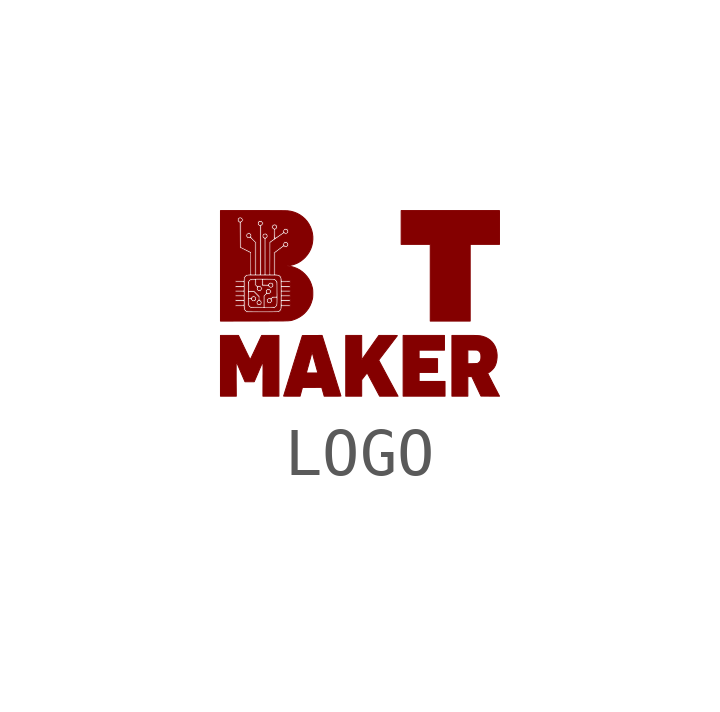
<source format=kicad_sym>
(kicad_symbol_lib
  (version 20210619)
  (generator bitmap2component)
  (symbol "LOGO"
    (pin_names
      (offset 1.016))
    (property "Reference" "#G"
      (at 0 1.884 0)
      (effects (font (size 1.27 1.27)) hide))
    (symbol "LOGO_0_0"
      (polyline (pts (xy -2.586 -1.575) (xy -2.586 -1.527) (xy -2.586 -1.475) (xy -2.586 -1.427) (xy -2.586 -1.382) (xy -2.586 -1.305) (xy -2.586 -1.274) (xy -2.586 -1.248) (xy -2.586 -1.23) (xy -2.585 -1.218) (xy -2.585 -1.214) (xy -2.584 -1.216) (xy -2.58 -1.224) (xy -2.573 -1.239) (xy -2.564 -1.26) (xy -2.552 -1.285) (xy -2.539 -1.315) (xy -2.524 -1.349) (xy -2.509 -1.385) (xy -2.492 -1.425) (xy -2.402 -1.635) (xy -2.209 -1.635) (xy -2.119 -1.425) (xy -2.108 -1.398) (xy -2.092 -1.36) (xy -2.077 -1.326) (xy -2.063 -1.294) (xy -2.051 -1.267) (xy -2.041 -1.245) (xy -2.034 -1.228) (xy -2.029 -1.218) (xy -2.027 -1.214) (xy -2.026 -1.218) (xy -2.026 -1.228) (xy -2.026 -1.246) (xy -2.026 -1.271) (xy -2.026 -1.301) (xy -2.025 -1.337) (xy -2.025 -1.377) (xy -2.025 -1.422) (xy -2.025 -1.47) (xy -2.026 -1.522) (xy -2.026 -1.575) (xy -2.027 -1.936) (xy -1.694 -1.936) (xy -1.694 -0.669) (xy -2.054 -0.669) (xy -2.172 -0.921) (xy -2.183 -0.946) (xy -2.203 -0.987) (xy -2.221 -1.026) (xy -2.238 -1.061) (xy -2.253 -1.093) (xy -2.266 -1.12) (xy -2.277 -1.143) (xy -2.285 -1.159) (xy -2.291 -1.17) (xy -2.293 -1.173) (xy -2.294 -1.172) (xy -2.298 -1.164) (xy -2.305 -1.15) (xy -2.315 -1.13) (xy -2.328 -1.105) (xy -2.342 -1.075) (xy -2.359 -1.041) (xy -2.377 -1.004) (xy -2.396 -0.964) (xy -2.417 -0.921) (xy -2.537 -0.669) (xy -2.725 -0.669) (xy -2.913 -0.669) (xy -2.913 -1.936) (xy -2.583 -1.936) (xy -2.586 -1.575)) (stroke (width 0.01)) (fill (type outline)))
      (polyline (pts (xy -1.228 -1.845) (xy -1.203 -1.754) (xy -1.002 -1.753) (xy -0.8 -1.752) (xy -0.795 -1.771) (xy -0.792 -1.779) (xy -0.788 -1.795) (xy -0.782 -1.815) (xy -0.776 -1.839) (xy -0.769 -1.863) (xy -0.749 -1.936) (xy -0.544 -1.936) (xy -0.505 -1.936) (xy -0.473 -1.936) (xy -0.448 -1.935) (xy -0.429 -1.935) (xy -0.415 -1.934) (xy -0.406 -1.933) (xy -0.401 -1.932) (xy -0.4 -1.931) (xy -0.4 -1.93) (xy -0.403 -1.922) (xy -0.408 -1.907) (xy -0.414 -1.885) (xy -0.423 -1.856) (xy -0.434 -1.822) (xy -0.446 -1.782) (xy -0.46 -1.737) (xy -0.476 -1.688) (xy -0.492 -1.634) (xy -0.51 -1.577) (xy -0.529 -1.516) (xy -0.549 -1.452) (xy -0.57 -1.385) (xy -0.591 -1.317) (xy -0.6 -1.287) (xy -0.621 -1.219) (xy -0.642 -1.153) (xy -0.661 -1.089) (xy -0.68 -1.029) (xy -0.698 -0.972) (xy -0.714 -0.919) (xy -0.729 -0.871) (xy -0.743 -0.827) (xy -0.755 -0.788) (xy -0.765 -0.755) (xy -0.774 -0.728) (xy -0.78 -0.708) (xy -0.784 -0.694) (xy -0.786 -0.688) (xy -0.792 -0.669) (xy -0.998 -0.67) (xy -1.204 -0.671) (xy -1.4 -1.3) (xy -1.415 -1.351) (xy -1.437 -1.419) (xy -1.447 -1.452) (xy -1.121 -1.452) (xy -1.119 -1.443) (xy -1.119 -1.441) (xy -1.116 -1.432) (xy -1.112 -1.417) (xy -1.106 -1.395) (xy -1.099 -1.369) (xy -1.091 -1.339) (xy -1.081 -1.305) (xy -1.071 -1.27) (xy -1.069 -1.26) (xy -1.059 -1.223) (xy -1.049 -1.187) (xy -1.039 -1.153) (xy -1.031 -1.122) (xy -1.024 -1.096) (xy -1.019 -1.075) (xy -1.015 -1.061) (xy -1.011 -1.046) (xy -1.007 -1.031) (xy -1.003 -1.021) (xy -1.002 -1.017) (xy -1.001 -1.018) (xy -0.999 -1.024) (xy -0.995 -1.036) (xy -0.99 -1.054) (xy -0.984 -1.076) (xy -0.977 -1.101) (xy -0.97 -1.127) (xy -0.962 -1.16) (xy -0.952 -1.196) (xy -0.941 -1.234) (xy -0.931 -1.272) (xy -0.921 -1.308) (xy -0.917 -1.322) (xy -0.909 -1.352) (xy -0.901 -1.379) (xy -0.894 -1.403) (xy -0.889 -1.422) (xy -0.885 -1.435) (xy -0.884 -1.442) (xy -0.881 -1.452) (xy -1.121 -1.452) (xy -1.447 -1.452) (xy -1.457 -1.485) (xy -1.476 -1.548) (xy -1.495 -1.607) (xy -1.512 -1.663) (xy -1.528 -1.715) (xy -1.543 -1.763) (xy -1.556 -1.805) (xy -1.568 -1.842) (xy -1.577 -1.873) (xy -1.585 -1.899) (xy -1.591 -1.917) (xy -1.594 -1.929) (xy -1.596 -1.933) (xy -1.595 -1.933) (xy -1.587 -1.934) (xy -1.572 -1.935) (xy -1.551 -1.935) (xy -1.525 -1.936) (xy -1.495 -1.936) (xy -1.461 -1.936) (xy -1.424 -1.936) (xy -1.252 -1.936) (xy -1.228 -1.845)) (stroke (width 0.01)) (fill (type outline)))
      (polyline (pts (xy 0.033 -1.595) (xy 0.089 -1.522) (xy 0.098 -1.51) (xy 0.113 -1.491) (xy 0.127 -1.474) (xy 0.138 -1.461) (xy 0.145 -1.454) (xy 0.148 -1.451) (xy 0.149 -1.452) (xy 0.153 -1.459) (xy 0.16 -1.473) (xy 0.171 -1.492) (xy 0.184 -1.517) (xy 0.199 -1.546) (xy 0.217 -1.579) (xy 0.236 -1.615) (xy 0.257 -1.654) (xy 0.279 -1.695) (xy 0.407 -1.936) (xy 0.792 -1.936) (xy 0.778 -1.911) (xy 0.777 -1.909) (xy 0.772 -1.899) (xy 0.763 -1.883) (xy 0.751 -1.861) (xy 0.737 -1.834) (xy 0.719 -1.801) (xy 0.7 -1.765) (xy 0.678 -1.724) (xy 0.654 -1.68) (xy 0.629 -1.634) (xy 0.603 -1.585) (xy 0.576 -1.535) (xy 0.389 -1.185) (xy 0.398 -1.172) (xy 0.402 -1.167) (xy 0.41 -1.156) (xy 0.422 -1.14) (xy 0.438 -1.119) (xy 0.458 -1.093) (xy 0.48 -1.064) (xy 0.505 -1.031) (xy 0.532 -0.996) (xy 0.561 -0.958) (xy 0.591 -0.919) (xy 0.619 -0.882) (xy 0.647 -0.845) (xy 0.674 -0.81) (xy 0.698 -0.777) (xy 0.72 -0.749) (xy 0.739 -0.724) (xy 0.755 -0.703) (xy 0.766 -0.688) (xy 0.774 -0.678) (xy 0.777 -0.674) (xy 0.777 -0.674) (xy 0.775 -0.672) (xy 0.77 -0.671) (xy 0.761 -0.671) (xy 0.747 -0.67) (xy 0.728 -0.669) (xy 0.703 -0.669) (xy 0.671 -0.669) (xy 0.632 -0.669) (xy 0.391 -0.669) (xy 0.229 -0.899) (xy 0.214 -0.921) (xy 0.187 -0.959) (xy 0.161 -0.996) (xy 0.137 -1.031) (xy 0.115 -1.062) (xy 0.096 -1.09) (xy 0.079 -1.113) (xy 0.067 -1.132) (xy 0.058 -1.145) (xy 0.053 -1.152) (xy 0.046 -1.162) (xy 0.04 -1.17) (xy 0.036 -1.173) (xy 0.036 -1.173) (xy 0.035 -1.168) (xy 0.035 -1.156) (xy 0.034 -1.137) (xy 0.034 -1.112) (xy 0.034 -1.082) (xy 0.033 -1.047) (xy 0.033 -1.008) (xy 0.033 -0.966) (xy 0.033 -0.669) (xy -0.299 -0.669) (xy -0.299 -1.936) (xy 0.033 -1.936) (xy 0.033 -1.595)) (stroke (width 0.01)) (fill (type outline)))
      (polyline (pts (xy 1.772 -1.629) (xy 1.231 -1.629) (xy 1.231 -1.44) (xy 1.616 -1.44) (xy 1.616 -1.153) (xy 1.231 -1.153) (xy 1.231 -0.976) (xy 1.76 -0.976) (xy 1.76 -0.669) (xy 0.898 -0.669) (xy 0.898 -1.936) (xy 1.772 -1.936) (xy 1.772 -1.629)) (stroke (width 0.01)) (fill (type outline)))
      (polyline (pts (xy 2.887 -1.894) (xy 2.882 -1.885) (xy 2.87 -1.862) (xy 2.856 -1.835) (xy 2.84 -1.805) (xy 2.823 -1.772) (xy 2.805 -1.738) (xy 2.787 -1.702) (xy 2.768 -1.667) (xy 2.75 -1.631) (xy 2.733 -1.597) (xy 2.716 -1.565) (xy 2.701 -1.536) (xy 2.688 -1.51) (xy 2.678 -1.489) (xy 2.669 -1.473) (xy 2.664 -1.462) (xy 2.662 -1.458) (xy 2.663 -1.457) (xy 2.668 -1.453) (xy 2.678 -1.446) (xy 2.692 -1.438) (xy 2.708 -1.428) (xy 2.734 -1.407) (xy 2.76 -1.382) (xy 2.784 -1.356) (xy 2.803 -1.329) (xy 2.807 -1.322) (xy 2.827 -1.281) (xy 2.842 -1.234) (xy 2.852 -1.184) (xy 2.858 -1.131) (xy 2.859 -1.078) (xy 2.854 -1.025) (xy 2.844 -0.974) (xy 2.836 -0.948) (xy 2.815 -0.895) (xy 2.787 -0.847) (xy 2.753 -0.804) (xy 2.713 -0.766) (xy 2.668 -0.734) (xy 2.618 -0.708) (xy 2.564 -0.69) (xy 2.552 -0.686) (xy 2.538 -0.683) (xy 2.524 -0.68) (xy 2.51 -0.677) (xy 2.494 -0.675) (xy 2.476 -0.673) (xy 2.456 -0.672) (xy 2.433 -0.671) (xy 2.405 -0.67) (xy 2.373 -0.669) (xy 2.336 -0.669) (xy 2.292 -0.669) (xy 2.241 -0.669) (xy 1.916 -0.669) (xy 1.916 -1.26) (xy 2.248 -1.26) (xy 2.248 -0.972) (xy 2.443 -0.974) (xy 2.464 -0.986) (xy 2.483 -1) (xy 2.499 -1.018) (xy 2.513 -1.044) (xy 2.517 -1.055) (xy 2.519 -1.074) (xy 2.521 -1.097) (xy 2.521 -1.122) (xy 2.52 -1.147) (xy 2.517 -1.168) (xy 2.513 -1.185) (xy 2.513 -1.187) (xy 2.502 -1.207) (xy 2.487 -1.226) (xy 2.469 -1.241) (xy 2.451 -1.251) (xy 2.443 -1.253) (xy 2.428 -1.255) (xy 2.406 -1.256) (xy 2.378 -1.257) (xy 2.341 -1.258) (xy 2.248 -1.26) (xy 1.916 -1.26) (xy 1.916 -1.936) (xy 2.248 -1.936) (xy 2.248 -1.526) (xy 2.289 -1.527) (xy 2.331 -1.528) (xy 2.426 -1.731) (xy 2.522 -1.934) (xy 2.716 -1.935) (xy 2.909 -1.936) (xy 2.887 -1.894)) (stroke (width 0.01)) (fill (type outline)))
      (polyline (pts (xy -2.202 -0.368) (xy -2.116 -0.368) (xy -2.032 -0.368) (xy -1.956 -0.368) (xy -1.887 -0.367) (xy -1.824 -0.367) (xy -1.768 -0.367) (xy -1.717 -0.367) (xy -1.673 -0.366) (xy -1.633 -0.366) (xy -1.598 -0.366) (xy -1.567 -0.365) (xy -1.54 -0.364) (xy -1.517 -0.364) (xy -1.498 -0.363) (xy -1.48 -0.361) (xy -1.466 -0.36) (xy -1.453 -0.359) (xy -1.442 -0.357) (xy -1.433 -0.355) (xy -1.424 -0.353) (xy -1.415 -0.35) (xy -1.407 -0.348) (xy -1.399 -0.345) (xy -1.389 -0.342) (xy -1.379 -0.338) (xy -1.329 -0.319) (xy -1.269 -0.288) (xy -1.213 -0.251) (xy -1.162 -0.208) (xy -1.117 -0.159) (xy -1.077 -0.105) (xy -1.044 -0.047) (xy -1.018 0.016) (xy -0.998 0.083) (xy -0.997 0.088) (xy -0.993 0.105) (xy -0.99 0.12) (xy -0.989 0.136) (xy -0.988 0.154) (xy -0.987 0.177) (xy -0.987 0.205) (xy -0.987 0.236) (xy -0.988 0.261) (xy -0.989 0.282) (xy -0.991 0.299) (xy -0.994 0.316) (xy -0.999 0.335) (xy -1.018 0.399) (xy -1.042 0.458) (xy -1.073 0.513) (xy -1.11 0.564) (xy -1.155 0.614) (xy -1.155 0.614) (xy -1.206 0.66) (xy -1.261 0.699) (xy -1.32 0.73) (xy -1.382 0.754) (xy -1.387 0.755) (xy -1.413 0.763) (xy -1.44 0.769) (xy -1.466 0.775) (xy -1.488 0.778) (xy -1.504 0.779) (xy -1.506 0.779) (xy -1.514 0.781) (xy -1.516 0.783) (xy -1.515 0.784) (xy -1.509 0.786) (xy -1.499 0.788) (xy -1.478 0.789) (xy -1.452 0.794) (xy -1.422 0.801) (xy -1.389 0.81) (xy -1.357 0.821) (xy -1.327 0.833) (xy -1.3 0.845) (xy -1.267 0.864) (xy -1.23 0.888) (xy -1.194 0.916) (xy -1.162 0.945) (xy -1.141 0.966) (xy -1.097 1.019) (xy -1.06 1.075) (xy -1.03 1.135) (xy -1.008 1.198) (xy -0.993 1.264) (xy -0.986 1.333) (xy -0.986 1.394) (xy -0.994 1.461) (xy -1.01 1.527) (xy -1.033 1.59) (xy -1.065 1.651) (xy -1.067 1.656) (xy -1.106 1.713) (xy -1.151 1.764) (xy -1.201 1.808) (xy -1.255 1.847) (xy -1.314 1.879) (xy -1.377 1.904) (xy -1.443 1.922) (xy -1.512 1.932) (xy -1.512 1.932) (xy -1.524 1.933) (xy -1.543 1.933) (xy -1.57 1.934) (xy -1.605 1.934) (xy -1.647 1.935) (xy -1.697 1.935) (xy -1.754 1.935) (xy -1.817 1.935) (xy -1.888 1.936) (xy -1.965 1.936) (xy -2.049 1.936) (xy -2.139 1.936) (xy -2.235 1.936) (xy -2.913 1.936) (xy -2.913 0.472) (xy -2.609 0.472) (xy -2.438 0.472) (xy -2.436 0.501) (xy -2.432 0.526) (xy -2.423 0.554) (xy -2.408 0.576) (xy -2.387 0.593) (xy -2.36 0.604) (xy -2.326 0.61) (xy -2.297 0.612) (xy -2.297 1.048) (xy -2.407 1.104) (xy -2.517 1.16) (xy -2.519 1.421) (xy -2.521 1.682) (xy -2.534 1.69) (xy -2.55 1.703) (xy -2.56 1.72) (xy -2.563 1.739) (xy -2.56 1.759) (xy -2.55 1.778) (xy -2.534 1.794) (xy -2.519 1.801) (xy -2.501 1.803) (xy -2.482 1.8) (xy -2.466 1.793) (xy -2.465 1.793) (xy -2.451 1.777) (xy -2.442 1.759) (xy -2.439 1.739) (xy -2.443 1.72) (xy -2.452 1.703) (xy -2.468 1.689) (xy -2.482 1.681) (xy -2.482 1.181) (xy -2.266 1.073) (xy -2.265 0.842) (xy -2.264 0.611) (xy -2.199 0.611) (xy -2.199 1.266) (xy -2.245 1.312) (xy -2.292 1.358) (xy -2.308 1.355) (xy -2.328 1.353) (xy -2.348 1.358) (xy -2.366 1.371) (xy -2.37 1.376) (xy -2.377 1.385) (xy -2.381 1.395) (xy -2.382 1.41) (xy -2.383 1.413) (xy -2.383 1.427) (xy -2.38 1.438) (xy -2.374 1.448) (xy -2.361 1.462) (xy -2.343 1.472) (xy -2.323 1.476) (xy -2.303 1.473) (xy -2.285 1.464) (xy -2.269 1.448) (xy -2.265 1.439) (xy -2.261 1.422) (xy -2.26 1.405) (xy -2.264 1.391) (xy -2.265 1.388) (xy -2.263 1.383) (xy -2.258 1.376) (xy -2.249 1.366) (xy -2.236 1.352) (xy -2.217 1.333) (xy -2.166 1.282) (xy -2.166 0.611) (xy -2.1 0.611) (xy -2.1 1.61) (xy -2.112 1.615) (xy -2.119 1.619) (xy -2.133 1.632) (xy -2.141 1.649) (xy -2.144 1.668) (xy -2.142 1.688) (xy -2.134 1.705) (xy -2.12 1.72) (xy -2.107 1.726) (xy -2.087 1.73) (xy -2.068 1.729) (xy -2.051 1.722) (xy -2.046 1.719) (xy -2.031 1.704) (xy -2.023 1.689) (xy -2.021 1.669) (xy -2.021 1.669) (xy -2.024 1.649) (xy -2.033 1.632) (xy -2.05 1.618) (xy -2.063 1.61) (xy -2.063 1.111) (xy -2.063 0.611) (xy -2.002 0.611) (xy -2.002 1.345) (xy -2.016 1.353) (xy -2.026 1.361) (xy -2.038 1.377) (xy -2.044 1.395) (xy -2.045 1.413) (xy -2.038 1.432) (xy -2.025 1.45) (xy -2.005 1.462) (xy -2.001 1.463) (xy -1.98 1.467) (xy -1.961 1.464) (xy -1.942 1.452) (xy -1.931 1.439) (xy -1.923 1.42) (xy -1.921 1.4) (xy -1.925 1.381) (xy -1.936 1.364) (xy -1.953 1.351) (xy -1.965 1.345) (xy -1.965 0.611) (xy -1.899 0.611) (xy -1.899 1.284) (xy -1.803 1.352) (xy -1.801 1.534) (xy -1.813 1.54) (xy -1.814 1.541) (xy -1.825 1.549) (xy -1.835 1.559) (xy -1.843 1.573) (xy -1.846 1.591) (xy -1.844 1.611) (xy -1.837 1.629) (xy -1.831 1.636) (xy -1.815 1.649) (xy -1.796 1.655) (xy -1.777 1.656) (xy -1.758 1.651) (xy -1.742 1.64) (xy -1.73 1.623) (xy -1.727 1.617) (xy -1.723 1.595) (xy -1.727 1.574) (xy -1.737 1.556) (xy -1.754 1.542) (xy -1.768 1.533) (xy -1.768 1.454) (xy -1.768 1.43) (xy -1.767 1.409) (xy -1.767 1.393) (xy -1.766 1.382) (xy -1.764 1.379) (xy -1.764 1.379) (xy -1.757 1.384) (xy -1.745 1.392) (xy -1.728 1.403) (xy -1.709 1.417) (xy -1.687 1.432) (xy -1.613 1.483) (xy -1.613 1.505) (xy -1.609 1.526) (xy -1.598 1.544) (xy -1.583 1.557) (xy -1.565 1.565) (xy -1.545 1.567) (xy -1.524 1.561) (xy -1.522 1.559) (xy -1.506 1.547) (xy -1.495 1.53) (xy -1.49 1.51) (xy -1.49 1.491) (xy -1.498 1.473) (xy -1.502 1.468) (xy -1.518 1.453) (xy -1.537 1.445) (xy -1.558 1.443) (xy -1.578 1.449) (xy -1.59 1.456) (xy -1.727 1.36) (xy -1.864 1.265) (xy -1.865 0.938) (xy -1.867 0.611) (xy -1.801 0.611) (xy -1.801 1.069) (xy -1.707 1.14) (xy -1.613 1.211) (xy -1.613 1.229) (xy -1.609 1.251) (xy -1.599 1.269) (xy -1.585 1.282) (xy -1.567 1.29) (xy -1.546 1.291) (xy -1.525 1.284) (xy -1.512 1.276) (xy -1.499 1.26) (xy -1.491 1.242) (xy -1.489 1.221) (xy -1.495 1.202) (xy -1.502 1.192) (xy -1.517 1.177) (xy -1.536 1.169) (xy -1.556 1.167) (xy -1.576 1.173) (xy -1.593 1.181) (xy -1.681 1.115) (xy -1.768 1.049) (xy -1.768 0.612) (xy -1.739 0.61) (xy -1.717 0.606) (xy -1.687 0.597) (xy -1.664 0.582) (xy -1.647 0.561) (xy -1.635 0.534) (xy -1.63 0.502) (xy -1.627 0.472) (xy -1.456 0.472) (xy -1.456 0.437) (xy -1.542 0.438) (xy -1.629 0.439) (xy -1.629 0.373) (xy -1.456 0.373) (xy -1.456 0.336) (xy -1.629 0.336) (xy -1.629 0.275) (xy -1.456 0.275) (xy -1.456 0.238) (xy -1.629 0.238) (xy -1.629 0.176) (xy -1.456 0.176) (xy -1.456 0.14) (xy -1.629 0.14) (xy -1.629 0.078) (xy -1.456 0.078) (xy -1.456 0.041) (xy -1.629 0.041) (xy -1.629 -0.021) (xy -1.456 -0.021) (xy -1.456 -0.057) (xy -1.627 -0.057) (xy -1.63 -0.088) (xy -1.63 -0.096) (xy -1.637 -0.127) (xy -1.651 -0.152) (xy -1.67 -0.172) (xy -1.695 -0.186) (xy -1.696 -0.187) (xy -1.7 -0.188) (xy -1.705 -0.189) (xy -1.713 -0.19) (xy -1.724 -0.19) (xy -1.738 -0.191) (xy -1.755 -0.192) (xy -1.778 -0.192) (xy -1.805 -0.192) (xy -1.837 -0.193) (xy -1.876 -0.193) (xy -1.921 -0.193) (xy -1.974 -0.193) (xy -2.357 -0.193) (xy -2.378 -0.182) (xy -2.401 -0.167) (xy -2.419 -0.146) (xy -2.43 -0.12) (xy -2.436 -0.088) (xy -2.438 -0.057) (xy -2.609 -0.057) (xy -2.609 -0.021) (xy -2.437 -0.021) (xy -2.437 0.041) (xy -2.609 0.041) (xy -2.609 0.078) (xy -2.437 0.078) (xy -2.437 0.14) (xy -2.609 0.14) (xy -2.609 0.176) (xy -2.437 0.176) (xy -2.437 0.238) (xy -2.609 0.238) (xy -2.609 0.275) (xy -2.437 0.275) (xy -2.437 0.336) (xy -2.609 0.336) (xy -2.609 0.373) (xy -2.437 0.373) (xy -2.437 0.438) (xy -2.607 0.438) (xy -2.608 0.455) (xy -2.609 0.472) (xy -2.913 0.472) (xy -2.913 -0.369) (xy -2.202 -0.368)) (stroke (width 0.01)) (fill (type outline)))
      (polyline (pts (xy 2.297 1.231) (xy 2.908 1.231) (xy 2.908 1.936) (xy 0.857 1.936) (xy 0.857 1.231) (xy 1.464 1.231) (xy 1.464 -0.369) (xy 2.297 -0.369) (xy 2.297 1.231)) (stroke (width 0.01)) (fill (type outline)))
      (polyline (pts (xy -1.93 -0.16) (xy -1.888 -0.159) (xy -1.849 -0.159) (xy -1.813 -0.159) (xy -1.782 -0.158) (xy -1.756 -0.158) (xy -1.735 -0.157) (xy -1.721 -0.157) (xy -1.714 -0.156) (xy -1.707 -0.153) (xy -1.692 -0.143) (xy -1.679 -0.129) (xy -1.67 -0.114) (xy -1.669 -0.109) (xy -1.668 -0.096) (xy -1.668 -0.077) (xy -1.667 -0.052) (xy -1.667 -0.021) (xy -1.666 0.013) (xy -1.666 0.052) (xy -1.666 0.093) (xy -1.665 0.136) (xy -1.665 0.181) (xy -1.665 0.226) (xy -1.665 0.271) (xy -1.665 0.314) (xy -1.666 0.356) (xy -1.666 0.395) (xy -1.667 0.43) (xy -1.667 0.461) (xy -1.668 0.488) (xy -1.668 0.508) (xy -1.669 0.522) (xy -1.67 0.528) (xy -1.679 0.543) (xy -1.693 0.558) (xy -1.709 0.569) (xy -1.713 0.57) (xy -1.72 0.571) (xy -1.729 0.572) (xy -1.742 0.572) (xy -1.758 0.573) (xy -1.78 0.573) (xy -1.806 0.574) (xy -1.839 0.574) (xy -1.877 0.574) (xy -1.922 0.574) (xy -1.974 0.574) (xy -2.034 0.574) (xy -2.345 0.574) (xy -2.363 0.565) (xy -2.377 0.555) (xy -2.39 0.537) (xy -2.4 0.52) (xy -2.4 0.445) (xy -2.349 0.445) (xy -2.336 0.467) (xy -2.325 0.484) (xy -2.303 0.504) (xy -2.277 0.518) (xy -2.274 0.518) (xy -2.261 0.52) (xy -2.243 0.521) (xy -2.218 0.521) (xy -2.188 0.522) (xy -2.155 0.523) (xy -2.118 0.523) (xy -2.08 0.523) (xy -2.04 0.523) (xy -2.001 0.523) (xy -1.962 0.523) (xy -1.924 0.523) (xy -1.89 0.522) (xy -1.858 0.522) (xy -1.832 0.521) (xy -1.81 0.52) (xy -1.796 0.519) (xy -1.788 0.518) (xy -1.77 0.509) (xy -1.747 0.491) (xy -1.729 0.467) (xy -1.717 0.445) (xy -1.716 0.222) (xy -1.715 0.195) (xy -1.715 0.141) (xy -1.715 0.095) (xy -1.716 0.057) (xy -1.716 0.026) (xy -1.717 0.003) (xy -1.718 -0.013) (xy -1.719 -0.023) (xy -1.721 -0.031) (xy -1.732 -0.057) (xy -1.749 -0.079) (xy -1.772 -0.095) (xy -1.794 -0.107) (xy -2.271 -0.107) (xy -2.292 -0.096) (xy -2.296 -0.094) (xy -2.313 -0.083) (xy -2.327 -0.067) (xy -2.341 -0.045) (xy -2.341 -0.044) (xy -2.343 -0.04) (xy -2.344 -0.036) (xy -2.345 -0.029) (xy -2.346 -0.021) (xy -2.347 -0.01) (xy -2.347 0.005) (xy -2.348 0.024) (xy -2.348 0.049) (xy -2.348 0.078) (xy -2.348 0.114) (xy -2.349 0.157) (xy -2.349 0.445) (xy -2.4 0.445) (xy -2.4 0.149) (xy -2.4 0.097) (xy -2.4 0.052) (xy -2.399 0.013) (xy -2.399 -0.019) (xy -2.399 -0.045) (xy -2.398 -0.067) (xy -2.398 -0.084) (xy -2.397 -0.097) (xy -2.396 -0.106) (xy -2.395 -0.112) (xy -2.394 -0.116) (xy -2.392 -0.12) (xy -2.381 -0.135) (xy -2.367 -0.148) (xy -2.352 -0.156) (xy -2.349 -0.156) (xy -2.337 -0.157) (xy -2.318 -0.158) (xy -2.294 -0.158) (xy -2.264 -0.158) (xy -2.229 -0.159) (xy -2.192 -0.159) (xy -2.151 -0.159) (xy -2.107 -0.16) (xy -2.063 -0.16) (xy -1.974 -0.16) (xy -1.93 -0.16)) (stroke (width 0.01)) (fill (type outline)))
      (polyline (pts (xy -1.538 1.206) (xy -1.529 1.214) (xy -1.526 1.227) (xy -1.528 1.239) (xy -1.536 1.249) (xy -1.546 1.255) (xy -1.559 1.254) (xy -1.571 1.247) (xy -1.578 1.238) (xy -1.578 1.226) (xy -1.571 1.213) (xy -1.561 1.205) (xy -1.549 1.202) (xy -1.538 1.206)) (stroke (width 0.01)) (fill (type outline)))
      (polyline (pts (xy -1.964 1.385) (xy -1.96 1.391) (xy -1.957 1.403) (xy -1.959 1.416) (xy -1.966 1.425) (xy -1.972 1.429) (xy -1.984 1.431) (xy -1.996 1.428) (xy -2.005 1.42) (xy -2.01 1.41) (xy -2.009 1.398) (xy -2.002 1.387) (xy -1.99 1.38) (xy -1.976 1.379) (xy -1.964 1.385)) (stroke (width 0.01)) (fill (type outline)))
      (polyline (pts (xy -2.305 1.393) (xy -2.297 1.405) (xy -2.295 1.415) (xy -2.299 1.428) (xy -2.308 1.436) (xy -2.322 1.44) (xy -2.332 1.438) (xy -2.343 1.432) (xy -2.348 1.421) (xy -2.348 1.409) (xy -2.341 1.397) (xy -2.329 1.389) (xy -2.317 1.387) (xy -2.305 1.393)) (stroke (width 0.01)) (fill (type outline)))
      (polyline (pts (xy -1.535 1.483) (xy -1.531 1.487) (xy -1.526 1.498) (xy -1.527 1.511) (xy -1.533 1.523) (xy -1.543 1.529) (xy -1.555 1.529) (xy -1.567 1.525) (xy -1.576 1.517) (xy -1.579 1.505) (xy -1.579 1.505) (xy -1.576 1.496) (xy -1.569 1.487) (xy -1.56 1.479) (xy -1.548 1.477) (xy -1.535 1.483)) (stroke (width 0.01)) (fill (type outline)))
      (polyline (pts (xy -1.768 1.574) (xy -1.76 1.585) (xy -1.759 1.597) (xy -1.763 1.608) (xy -1.772 1.617) (xy -1.785 1.62) (xy -1.788 1.62) (xy -1.8 1.615) (xy -1.81 1.606) (xy -1.813 1.595) (xy -1.813 1.595) (xy -1.81 1.586) (xy -1.803 1.577) (xy -1.792 1.569) (xy -1.78 1.568) (xy -1.768 1.574)) (stroke (width 0.01)) (fill (type outline)))
      (polyline (pts (xy -2.078 1.642) (xy -2.065 1.651) (xy -2.058 1.661) (xy -2.056 1.672) (xy -2.062 1.685) (xy -2.065 1.689) (xy -2.076 1.694) (xy -2.09 1.693) (xy -2.101 1.687) (xy -2.103 1.685) (xy -2.108 1.674) (xy -2.107 1.66) (xy -2.1 1.649) (xy -2.09 1.642) (xy -2.078 1.642)) (stroke (width 0.01)) (fill (type outline)))
      (polyline (pts (xy -2.486 1.72) (xy -2.477 1.729) (xy -2.474 1.741) (xy -2.476 1.751) (xy -2.483 1.761) (xy -2.495 1.767) (xy -2.508 1.767) (xy -2.519 1.761) (xy -2.522 1.758) (xy -2.526 1.747) (xy -2.526 1.733) (xy -2.52 1.722) (xy -2.51 1.716) (xy -2.498 1.715) (xy -2.486 1.72)) (stroke (width 0.01)) (fill (type outline)))
      (polyline (pts (xy -1.898 -0.074) (xy -1.875 -0.074) (xy -1.847 -0.073) (xy -1.825 -0.072) (xy -1.808 -0.07) (xy -1.796 -0.067) (xy -1.786 -0.062) (xy -1.777 -0.057) (xy -1.769 -0.049) (xy -1.768 -0.048) (xy -1.762 -0.039) (xy -1.758 -0.03) (xy -1.755 -0.018) (xy -1.753 -0.002) (xy -1.752 0.019) (xy -1.752 0.047) (xy -1.752 0.111) (xy -1.794 0.111) (xy -1.808 0.11) (xy -1.818 0.109) (xy -1.824 0.106) (xy -1.829 0.101) (xy -1.833 0.096) (xy -1.836 0.09) (xy -1.836 0.083) (xy -1.833 0.07) (xy -1.831 0.062) (xy -1.83 0.052) (xy -1.833 0.043) (xy -1.838 0.03) (xy -1.84 0.027) (xy -1.854 0.009) (xy -1.871 -0.002) (xy -1.893 -0.005) (xy -1.894 -0.005) (xy -1.916 -0.002) (xy -1.933 0.008) (xy -1.947 0.023) (xy -1.954 0.042) (xy -1.955 0.062) (xy -1.949 0.083) (xy -1.943 0.093) (xy -1.928 0.108) (xy -1.908 0.117) (xy -1.885 0.117) (xy -1.873 0.116) (xy -1.865 0.117) (xy -1.857 0.122) (xy -1.848 0.131) (xy -1.832 0.148) (xy -1.752 0.148) (xy -1.752 0.306) (xy -1.752 0.344) (xy -1.752 0.374) (xy -1.753 0.398) (xy -1.753 0.416) (xy -1.754 0.429) (xy -1.756 0.439) (xy -1.757 0.444) (xy -1.764 0.456) (xy -1.777 0.469) (xy -1.792 0.48) (xy -1.806 0.486) (xy -1.81 0.486) (xy -1.823 0.487) (xy -1.841 0.487) (xy -1.865 0.487) (xy -1.891 0.487) (xy -1.92 0.487) (xy -2.02 0.486) (xy -2.02 0.4) (xy -1.973 0.399) (xy -1.925 0.398) (xy -1.915 0.413) (xy -1.914 0.415) (xy -1.903 0.427) (xy -1.891 0.435) (xy -1.887 0.437) (xy -1.867 0.442) (xy -1.847 0.44) (xy -1.829 0.432) (xy -1.814 0.419) (xy -1.804 0.401) (xy -1.801 0.38) (xy -1.802 0.37) (xy -1.808 0.351) (xy -1.821 0.335) (xy -1.838 0.323) (xy -1.857 0.318) (xy -1.878 0.32) (xy -1.884 0.322) (xy -1.897 0.329) (xy -1.908 0.338) (xy -1.917 0.348) (xy -1.92 0.356) (xy -1.92 0.356) (xy -1.923 0.358) (xy -1.93 0.359) (xy -1.943 0.36) (xy -1.961 0.361) (xy -1.988 0.361) (xy -2.055 0.361) (xy -2.055 0.488) (xy -2.166 0.488) (xy -2.166 0.395) (xy -2.151 0.38) (xy -2.143 0.373) (xy -2.136 0.368) (xy -2.129 0.367) (xy -2.12 0.37) (xy -2.105 0.372) (xy -2.085 0.369) (xy -2.067 0.36) (xy -2.052 0.345) (xy -2.043 0.326) (xy -2.041 0.306) (xy -2.046 0.287) (xy -2.055 0.271) (xy -2.069 0.258) (xy -2.086 0.25) (xy -2.105 0.247) (xy -2.124 0.251) (xy -2.142 0.261) (xy -2.152 0.272) (xy -2.162 0.29) (xy -2.166 0.31) (xy -2.162 0.33) (xy -2.161 0.333) (xy -2.162 0.339) (xy -2.168 0.347) (xy -2.179 0.359) (xy -2.199 0.379) (xy -2.2 0.433) (xy -2.201 0.486) (xy -2.234 0.486) (xy -2.252 0.486) (xy -2.264 0.484) (xy -2.273 0.481) (xy -2.282 0.476) (xy -2.29 0.47) (xy -2.298 0.462) (xy -2.304 0.453) (xy -2.308 0.442) (xy -2.311 0.426) (xy -2.313 0.406) (xy -2.313 0.38) (xy -2.314 0.347) (xy -2.314 0.263) (xy -2.201 0.263) (xy -2.146 0.207) (xy -2.09 0.152) (xy -2.091 0.115) (xy -2.092 0.112) (xy -2.092 0.096) (xy -2.091 0.085) (xy -2.09 0.079) (xy -2.087 0.075) (xy -2.081 0.072) (xy -2.066 0.062) (xy -2.053 0.046) (xy -2.047 0.028) (xy -2.046 0.01) (xy -2.051 -0.008) (xy -2.06 -0.023) (xy -2.074 -0.035) (xy -2.092 -0.043) (xy -2.114 -0.044) (xy -2.124 -0.042) (xy -2.144 -0.034) (xy -2.159 -0.02) (xy -2.167 -0.001) (xy -2.169 0.022) (xy -2.165 0.04) (xy -2.155 0.057) (xy -2.138 0.07) (xy -2.135 0.071) (xy -2.129 0.075) (xy -2.126 0.08) (xy -2.125 0.089) (xy -2.125 0.104) (xy -2.125 0.133) (xy -2.217 0.226) (xy -2.314 0.226) (xy -2.314 0.115) (xy -2.298 0.115) (xy -2.291 0.116) (xy -2.282 0.119) (xy -2.275 0.128) (xy -2.266 0.139) (xy -2.249 0.153) (xy -2.23 0.159) (xy -2.21 0.159) (xy -2.19 0.151) (xy -2.173 0.136) (xy -2.172 0.134) (xy -2.163 0.116) (xy -2.16 0.096) (xy -2.163 0.076) (xy -2.172 0.059) (xy -2.187 0.045) (xy -2.189 0.044) (xy -2.208 0.037) (xy -2.228 0.037) (xy -2.248 0.042) (xy -2.264 0.052) (xy -2.275 0.068) (xy -2.281 0.077) (xy -2.287 0.081) (xy -2.298 0.082) (xy -2.314 0.082) (xy -2.314 0.032) (xy -2.313 0.004) (xy -2.311 -0.017) (xy -2.308 -0.03) (xy -2.306 -0.034) (xy -2.295 -0.049) (xy -2.281 -0.062) (xy -2.266 -0.07) (xy -2.266 -0.07) (xy -2.258 -0.071) (xy -2.243 -0.071) (xy -2.222 -0.072) (xy -2.197 -0.073) (xy -2.169 -0.073) (xy -2.138 -0.073) (xy -2.022 -0.074) (xy -2.022 0.162) (xy -1.995 0.189) (xy -1.968 0.216) (xy -1.973 0.231) (xy -1.975 0.237) (xy -1.976 0.257) (xy -1.97 0.276) (xy -1.959 0.291) (xy -1.943 0.303) (xy -1.924 0.31) (xy -1.903 0.31) (xy -1.888 0.305) (xy -1.871 0.293) (xy -1.859 0.277) (xy -1.852 0.257) (xy -1.853 0.235) (xy -1.854 0.229) (xy -1.863 0.213) (xy -1.877 0.199) (xy -1.894 0.19) (xy -1.912 0.186) (xy -1.929 0.189) (xy -1.932 0.189) (xy -1.938 0.19) (xy -1.944 0.188) (xy -1.951 0.182) (xy -1.963 0.172) (xy -1.985 0.151) (xy -1.985 -0.074) (xy -1.898 -0.074)) (stroke (width 0.01)) (fill (type outline)))
      (polyline (pts (xy -2.099 -0.008) (xy -2.087 0.001) (xy -2.081 0.011) (xy -2.082 0.023) (xy -2.09 0.035) (xy -2.093 0.038) (xy -2.102 0.043) (xy -2.112 0.043) (xy -2.12 0.04) (xy -2.13 0.031) (xy -2.133 0.017) (xy -2.133 0.011) (xy -2.129 0.001) (xy -2.119 -0.007) (xy -2.112 -0.01) (xy -2.099 -0.008)) (stroke (width 0.01)) (fill (type outline)))
      (polyline (pts (xy -1.876 0.038) (xy -1.87 0.046) (xy -1.867 0.059) (xy -1.871 0.07) (xy -1.879 0.079) (xy -1.892 0.082) (xy -1.903 0.08) (xy -1.914 0.073) (xy -1.919 0.061) (xy -1.919 0.049) (xy -1.912 0.037) (xy -1.901 0.03) (xy -1.889 0.03) (xy -1.876 0.038)) (stroke (width 0.01)) (fill (type outline)))
      (polyline (pts (xy -2.205 0.078) (xy -2.198 0.088) (xy -2.195 0.1) (xy -2.199 0.111) (xy -2.207 0.12) (xy -2.22 0.123) (xy -2.231 0.121) (xy -2.242 0.114) (xy -2.248 0.102) (xy -2.247 0.09) (xy -2.24 0.078) (xy -2.23 0.071) (xy -2.219 0.071) (xy -2.205 0.078)) (stroke (width 0.01)) (fill (type outline)))
      (polyline (pts (xy -1.905 0.224) (xy -1.895 0.23) (xy -1.89 0.237) (xy -1.887 0.248) (xy -1.889 0.257) (xy -1.895 0.267) (xy -1.903 0.272) (xy -1.914 0.275) (xy -1.922 0.273) (xy -1.932 0.267) (xy -1.938 0.259) (xy -1.94 0.248) (xy -1.938 0.239) (xy -1.932 0.23) (xy -1.924 0.224) (xy -1.914 0.222) (xy -1.905 0.224)) (stroke (width 0.01)) (fill (type outline)))
      (polyline (pts (xy -2.098 0.284) (xy -2.087 0.29) (xy -2.079 0.3) (xy -2.076 0.31) (xy -2.078 0.32) (xy -2.086 0.33) (xy -2.097 0.335) (xy -2.11 0.335) (xy -2.122 0.33) (xy -2.126 0.324) (xy -2.129 0.311) (xy -2.127 0.299) (xy -2.12 0.289) (xy -2.112 0.285) (xy -2.103 0.283) (xy -2.098 0.284)) (stroke (width 0.01)) (fill (type outline)))
      (polyline (pts (xy -1.849 0.357) (xy -1.841 0.365) (xy -1.838 0.378) (xy -1.84 0.39) (xy -1.847 0.4) (xy -1.858 0.406) (xy -1.871 0.405) (xy -1.883 0.398) (xy -1.889 0.389) (xy -1.89 0.377) (xy -1.883 0.364) (xy -1.873 0.356) (xy -1.861 0.353) (xy -1.849 0.357)) (stroke (width 0.01)) (fill (type outline))))))
</source>
